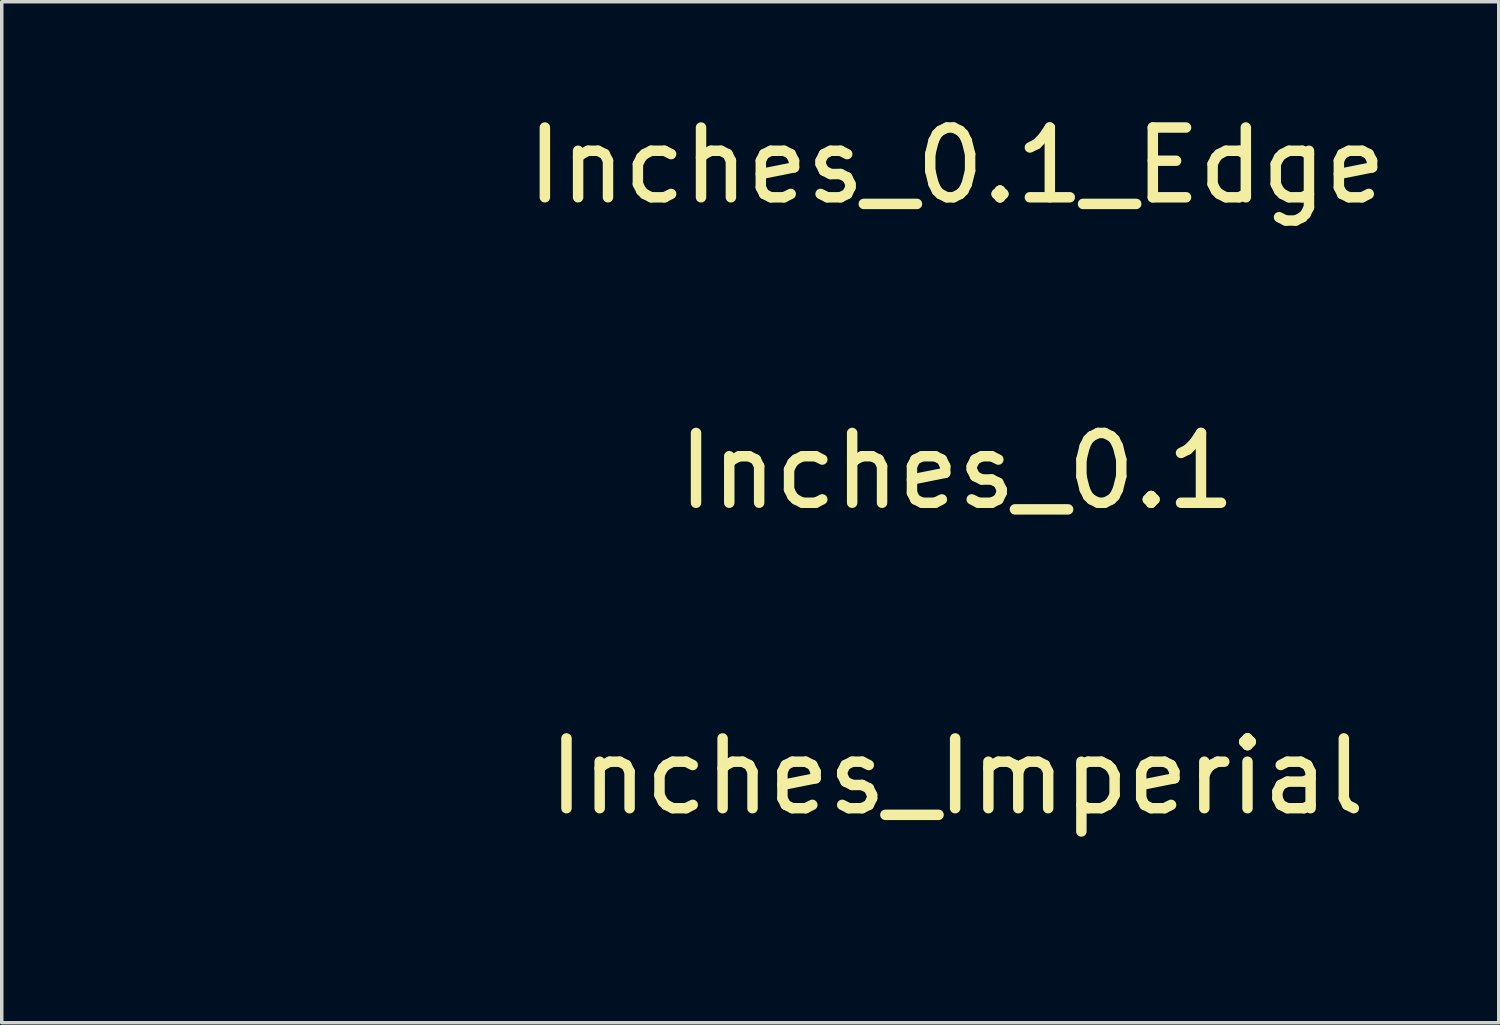
<source format=kicad_pcb>
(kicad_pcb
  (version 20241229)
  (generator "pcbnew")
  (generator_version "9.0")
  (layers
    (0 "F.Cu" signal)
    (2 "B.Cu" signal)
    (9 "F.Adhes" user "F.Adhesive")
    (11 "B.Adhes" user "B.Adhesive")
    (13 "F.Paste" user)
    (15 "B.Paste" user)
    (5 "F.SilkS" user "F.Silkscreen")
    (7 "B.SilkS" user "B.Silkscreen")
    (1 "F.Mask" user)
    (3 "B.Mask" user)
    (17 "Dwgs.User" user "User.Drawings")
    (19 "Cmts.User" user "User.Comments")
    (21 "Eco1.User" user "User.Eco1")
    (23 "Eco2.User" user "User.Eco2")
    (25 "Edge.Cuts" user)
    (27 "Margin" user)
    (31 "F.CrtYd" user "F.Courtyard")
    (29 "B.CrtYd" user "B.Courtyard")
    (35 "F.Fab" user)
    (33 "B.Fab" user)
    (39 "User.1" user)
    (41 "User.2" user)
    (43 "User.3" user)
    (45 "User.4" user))
  (footprint "Inches_0.1_Edge"
    (layer "F.Cu")
    (at 0.25 5.506)
    (property "Reference" "Inches_0.1_Edge" (at 24.13 -3.81 0) (layer "F.SilkS") (effects (font (size 2 2) (thickness 0.3))))
    (attr through_hole)
    (fp_poly (pts (xy 1.168 0) (xy 1.372 0) (xy 1.372 -1.27) (xy 1.168 -1.27)) (stroke (width 0) (type solid)) (fill yes) (layer "F.Mask"))
    (fp_poly (pts (xy 2.438 0) (xy 2.642 0) (xy 2.642 -2.54) (xy 2.438 -2.54)) (stroke (width 0) (type solid)) (fill yes) (layer "F.Mask"))
    (fp_poly (pts (xy 3.708 0) (xy 3.912 0) (xy 3.912 -1.27) (xy 3.708 -1.27)) (stroke (width 0) (type solid)) (fill yes) (layer "F.Mask"))
    (fp_poly (pts (xy 4.978 0) (xy 5.182 0) (xy 5.182 -2.54) (xy 4.978 -2.54)) (stroke (width 0) (type solid)) (fill yes) (layer "F.Mask"))
    (fp_poly (pts (xy 6.248 0) (xy 6.452 0) (xy 6.452 -1.27) (xy 6.248 -1.27)) (stroke (width 0) (type solid)) (fill yes) (layer "F.Mask"))
    (fp_poly (pts (xy 7.518 0) (xy 7.722 0) (xy 7.722 -2.54) (xy 7.518 -2.54)) (stroke (width 0) (type solid)) (fill yes) (layer "F.Mask"))
    (fp_poly (pts (xy 8.788 0) (xy 8.992 0) (xy 8.992 -1.27) (xy 8.788 -1.27)) (stroke (width 0) (type solid)) (fill yes) (layer "F.Mask"))
    (fp_poly (pts (xy 10.058 0) (xy 10.262 0) (xy 10.262 -2.54) (xy 10.058 -2.54)) (stroke (width 0) (type solid)) (fill yes) (layer "F.Mask"))
    (fp_poly (pts (xy 11.328 0) (xy 11.532 0) (xy 11.532 -1.27) (xy 11.328 -1.27)) (stroke (width 0) (type solid)) (fill yes) (layer "F.Mask"))
    (fp_poly (pts (xy 12.598 0) (xy 12.802 0) (xy 12.802 -2.54) (xy 12.598 -2.54)) (stroke (width 0) (type solid)) (fill yes) (layer "F.Mask"))
    (fp_poly (pts (xy 13.868 0) (xy 14.072 0) (xy 14.072 -1.27) (xy 13.868 -1.27)) (stroke (width 0) (type solid)) (fill yes) (layer "F.Mask"))
    (fp_poly (pts (xy 15.138 0) (xy 15.342 0) (xy 15.342 -2.54) (xy 15.138 -2.54)) (stroke (width 0) (type solid)) (fill yes) (layer "F.Mask"))
    (fp_poly (pts (xy 16.408 0) (xy 16.612 0) (xy 16.612 -1.27) (xy 16.408 -1.27)) (stroke (width 0) (type solid)) (fill yes) (layer "F.Mask"))
    (fp_poly (pts (xy 17.678 0) (xy 17.882 0) (xy 17.882 -2.54) (xy 17.678 -2.54)) (stroke (width 0) (type solid)) (fill yes) (layer "F.Mask"))
    (fp_poly (pts (xy 18.948 0) (xy 19.152 0) (xy 19.152 -1.27) (xy 18.948 -1.27)) (stroke (width 0) (type solid)) (fill yes) (layer "F.Mask"))
    (fp_poly (pts (xy 20.218 0) (xy 20.422 0) (xy 20.422 -2.54) (xy 20.218 -2.54)) (stroke (width 0) (type solid)) (fill yes) (layer "F.Mask"))
    (fp_poly (pts (xy 21.488 0) (xy 21.692 0) (xy 21.692 -1.27) (xy 21.488 -1.27)) (stroke (width 0) (type solid)) (fill yes) (layer "F.Mask"))
    (fp_poly (pts (xy 22.758 0) (xy 22.962 0) (xy 22.962 -2.54) (xy 22.758 -2.54)) (stroke (width 0) (type solid)) (fill yes) (layer "F.Mask"))
    (fp_poly (pts (xy 24.028 0) (xy 24.232 0) (xy 24.232 -1.27) (xy 24.028 -1.27)) (stroke (width 0) (type solid)) (fill yes) (layer "F.Mask")))
  (footprint "Inches_0.1"
    (layer "F.Cu")
    (at 0.25 14.263)
    (property "Reference" "Inches_0.1" (at 24.13 -3.81 0) (layer "F.SilkS") (effects (font (size 2 2) (thickness 0.3))))
    (attr through_hole)
    (fp_poly (pts (xy -0.152 0) (xy 0.152 0) (xy 0.152 -3.81) (xy -0.152 -3.81)) (stroke (width 0) (type solid)) (fill yes) (layer "F.Mask"))
    (fp_poly (pts (xy 1.168 0) (xy 1.372 0) (xy 1.372 -1.27) (xy 1.168 -1.27)) (stroke (width 0) (type solid)) (fill yes) (layer "F.Mask"))
    (fp_poly (pts (xy 2.438 0) (xy 2.642 0) (xy 2.642 -2.54) (xy 2.438 -2.54)) (stroke (width 0) (type solid)) (fill yes) (layer "F.Mask"))
    (fp_poly (pts (xy 3.708 0) (xy 3.912 0) (xy 3.912 -1.27) (xy 3.708 -1.27)) (stroke (width 0) (type solid)) (fill yes) (layer "F.Mask"))
    (fp_poly (pts (xy 4.978 0) (xy 5.182 0) (xy 5.182 -2.54) (xy 4.978 -2.54)) (stroke (width 0) (type solid)) (fill yes) (layer "F.Mask"))
    (fp_poly (pts (xy 6.248 0) (xy 6.452 0) (xy 6.452 -1.27) (xy 6.248 -1.27)) (stroke (width 0) (type solid)) (fill yes) (layer "F.Mask"))
    (fp_poly (pts (xy 7.518 0) (xy 7.722 0) (xy 7.722 -2.54) (xy 7.518 -2.54)) (stroke (width 0) (type solid)) (fill yes) (layer "F.Mask"))
    (fp_poly (pts (xy 8.788 0) (xy 8.992 0) (xy 8.992 -1.27) (xy 8.788 -1.27)) (stroke (width 0) (type solid)) (fill yes) (layer "F.Mask"))
    (fp_poly (pts (xy 10.058 0) (xy 10.262 0) (xy 10.262 -2.54) (xy 10.058 -2.54)) (stroke (width 0) (type solid)) (fill yes) (layer "F.Mask"))
    (fp_poly (pts (xy 11.328 0) (xy 11.532 0) (xy 11.532 -1.27) (xy 11.328 -1.27)) (stroke (width 0) (type solid)) (fill yes) (layer "F.Mask"))
    (fp_poly (pts (xy 12.598 0) (xy 12.802 0) (xy 12.802 -2.54) (xy 12.598 -2.54)) (stroke (width 0) (type solid)) (fill yes) (layer "F.Mask"))
    (fp_poly (pts (xy 13.868 0) (xy 14.072 0) (xy 14.072 -1.27) (xy 13.868 -1.27)) (stroke (width 0) (type solid)) (fill yes) (layer "F.Mask"))
    (fp_poly (pts (xy 15.138 0) (xy 15.342 0) (xy 15.342 -2.54) (xy 15.138 -2.54)) (stroke (width 0) (type solid)) (fill yes) (layer "F.Mask"))
    (fp_poly (pts (xy 16.408 0) (xy 16.612 0) (xy 16.612 -1.27) (xy 16.408 -1.27)) (stroke (width 0) (type solid)) (fill yes) (layer "F.Mask"))
    (fp_poly (pts (xy 17.678 0) (xy 17.882 0) (xy 17.882 -2.54) (xy 17.678 -2.54)) (stroke (width 0) (type solid)) (fill yes) (layer "F.Mask"))
    (fp_poly (pts (xy 18.948 0) (xy 19.152 0) (xy 19.152 -1.27) (xy 18.948 -1.27)) (stroke (width 0) (type solid)) (fill yes) (layer "F.Mask"))
    (fp_poly (pts (xy 20.218 0) (xy 20.422 0) (xy 20.422 -2.54) (xy 20.218 -2.54)) (stroke (width 0) (type solid)) (fill yes) (layer "F.Mask"))
    (fp_poly (pts (xy 21.488 0) (xy 21.692 0) (xy 21.692 -1.27) (xy 21.488 -1.27)) (stroke (width 0) (type solid)) (fill yes) (layer "F.Mask"))
    (fp_poly (pts (xy 22.758 0) (xy 22.962 0) (xy 22.962 -2.54) (xy 22.758 -2.54)) (stroke (width 0) (type solid)) (fill yes) (layer "F.Mask"))
    (fp_poly (pts (xy 24.028 0) (xy 24.232 0) (xy 24.232 -1.27) (xy 24.028 -1.27)) (stroke (width 0) (type solid)) (fill yes) (layer "F.Mask"))
    (fp_poly (pts (xy 25.248 0) (xy 25.552 0) (xy 25.552 -3.81) (xy 25.248 -3.81)) (stroke (width 0) (type solid)) (fill yes) (layer "F.Mask")))
  (footprint "Inches_Imperial"
    (layer "F.Cu")
    (at 0.25 23.02)
    (property "Reference" "Inches_Imperial" (at 24.13 -3.81 0) (layer "F.SilkS") (effects (font (size 2 2) (thickness 0.3))))
    (attr through_hole)
    (fp_poly (pts (xy -0.152 0) (xy 0.152 0) (xy 0.152 -3.81) (xy -0.152 -3.81)) (stroke (width 0) (type solid)) (fill yes) (layer "F.Mask"))
    (fp_poly (pts (xy 0.692 0) (xy 0.895 0) (xy 0.895 -0.794) (xy 0.692 -0.794)) (stroke (width 0) (type solid)) (fill yes) (layer "F.Mask"))
    (fp_poly (pts (xy 1.486 0) (xy 1.689 0) (xy 1.689 -1.587) (xy 1.486 -1.587)) (stroke (width 0) (type solid)) (fill yes) (layer "F.Mask"))
    (fp_poly (pts (xy 2.28 0) (xy 2.483 0) (xy 2.483 -0.794) (xy 2.28 -0.794)) (stroke (width 0) (type solid)) (fill yes) (layer "F.Mask"))
    (fp_poly (pts (xy 3.073 0) (xy 3.277 0) (xy 3.277 -2.54) (xy 3.073 -2.54)) (stroke (width 0) (type solid)) (fill yes) (layer "F.Mask"))
    (fp_poly (pts (xy 3.867 0) (xy 4.07 0) (xy 4.07 -0.794) (xy 3.867 -0.794)) (stroke (width 0) (type solid)) (fill yes) (layer "F.Mask"))
    (fp_poly (pts (xy 4.661 0) (xy 4.864 0) (xy 4.864 -1.587) (xy 4.661 -1.587)) (stroke (width 0) (type solid)) (fill yes) (layer "F.Mask"))
    (fp_poly (pts (xy 5.455 0) (xy 5.658 0) (xy 5.658 -0.794) (xy 5.455 -0.794)) (stroke (width 0) (type solid)) (fill yes) (layer "F.Mask"))
    (fp_poly (pts (xy 6.248 0) (xy 6.452 0) (xy 6.452 -2.54) (xy 6.248 -2.54)) (stroke (width 0) (type solid)) (fill yes) (layer "F.Mask"))
    (fp_poly (pts (xy 7.042 0) (xy 7.245 0) (xy 7.245 -0.794) (xy 7.042 -0.794)) (stroke (width 0) (type solid)) (fill yes) (layer "F.Mask"))
    (fp_poly (pts (xy 7.836 0) (xy 8.039 0) (xy 8.039 -1.587) (xy 7.836 -1.587)) (stroke (width 0) (type solid)) (fill yes) (layer "F.Mask"))
    (fp_poly (pts (xy 8.63 0) (xy 8.833 0) (xy 8.833 -0.794) (xy 8.63 -0.794)) (stroke (width 0) (type solid)) (fill yes) (layer "F.Mask"))
    (fp_poly (pts (xy 9.423 0) (xy 9.627 0) (xy 9.627 -2.54) (xy 9.423 -2.54)) (stroke (width 0) (type solid)) (fill yes) (layer "F.Mask"))
    (fp_poly (pts (xy 10.217 0) (xy 10.42 0) (xy 10.42 -0.794) (xy 10.217 -0.794)) (stroke (width 0) (type solid)) (fill yes) (layer "F.Mask"))
    (fp_poly (pts (xy 11.011 0) (xy 11.214 0) (xy 11.214 -1.587) (xy 11.011 -1.587)) (stroke (width 0) (type solid)) (fill yes) (layer "F.Mask"))
    (fp_poly (pts (xy 11.805 0) (xy 12.008 0) (xy 12.008 -0.794) (xy 11.805 -0.794)) (stroke (width 0) (type solid)) (fill yes) (layer "F.Mask"))
    (fp_poly (pts (xy 12.598 0) (xy 12.802 0) (xy 12.802 -2.54) (xy 12.598 -2.54)) (stroke (width 0) (type solid)) (fill yes) (layer "F.Mask"))
    (fp_poly (pts (xy 13.392 0) (xy 13.595 0) (xy 13.595 -0.794) (xy 13.392 -0.794)) (stroke (width 0) (type solid)) (fill yes) (layer "F.Mask"))
    (fp_poly (pts (xy 14.186 0) (xy 14.389 0) (xy 14.389 -1.587) (xy 14.186 -1.587)) (stroke (width 0) (type solid)) (fill yes) (layer "F.Mask"))
    (fp_poly (pts (xy 14.98 0) (xy 15.183 0) (xy 15.183 -0.794) (xy 14.98 -0.794)) (stroke (width 0) (type solid)) (fill yes) (layer "F.Mask"))
    (fp_poly (pts (xy 15.773 0) (xy 15.977 0) (xy 15.977 -2.54) (xy 15.773 -2.54)) (stroke (width 0) (type solid)) (fill yes) (layer "F.Mask"))
    (fp_poly (pts (xy 16.567 0) (xy 16.77 0) (xy 16.77 -0.794) (xy 16.567 -0.794)) (stroke (width 0) (type solid)) (fill yes) (layer "F.Mask"))
    (fp_poly (pts (xy 17.361 0) (xy 17.564 0) (xy 17.564 -1.587) (xy 17.361 -1.587)) (stroke (width 0) (type solid)) (fill yes) (layer "F.Mask"))
    (fp_poly (pts (xy 18.155 0) (xy 18.358 0) (xy 18.358 -0.794) (xy 18.155 -0.794)) (stroke (width 0) (type solid)) (fill yes) (layer "F.Mask"))
    (fp_poly (pts (xy 18.948 0) (xy 19.152 0) (xy 19.152 -2.54) (xy 18.948 -2.54)) (stroke (width 0) (type solid)) (fill yes) (layer "F.Mask"))
    (fp_poly (pts (xy 19.742 0) (xy 19.945 0) (xy 19.945 -0.794) (xy 19.742 -0.794)) (stroke (width 0) (type solid)) (fill yes) (layer "F.Mask"))
    (fp_poly (pts (xy 20.536 0) (xy 20.739 0) (xy 20.739 -1.587) (xy 20.536 -1.587)) (stroke (width 0) (type solid)) (fill yes) (layer "F.Mask"))
    (fp_poly (pts (xy 21.33 0) (xy 21.533 0) (xy 21.533 -0.794) (xy 21.33 -0.794)) (stroke (width 0) (type solid)) (fill yes) (layer "F.Mask"))
    (fp_poly (pts (xy 22.123 0) (xy 22.327 0) (xy 22.327 -2.54) (xy 22.123 -2.54)) (stroke (width 0) (type solid)) (fill yes) (layer "F.Mask"))
    (fp_poly (pts (xy 22.917 0) (xy 23.12 0) (xy 23.12 -0.794) (xy 22.917 -0.794)) (stroke (width 0) (type solid)) (fill yes) (layer "F.Mask"))
    (fp_poly (pts (xy 23.711 0) (xy 23.914 0) (xy 23.914 -1.587) (xy 23.711 -1.587)) (stroke (width 0) (type solid)) (fill yes) (layer "F.Mask"))
    (fp_poly (pts (xy 24.505 0) (xy 24.708 0) (xy 24.708 -0.794) (xy 24.505 -0.794)) (stroke (width 0) (type solid)) (fill yes) (layer "F.Mask"))
    (fp_poly (pts (xy 25.248 0) (xy 25.552 0) (xy 25.552 -3.81) (xy 25.248 -3.81)) (stroke (width 0) (type solid)) (fill yes) (layer "F.Mask")))
  (gr_rect
    (start -3 -3)
    (end 39.916 26.27)
    (stroke (width 0.1) (type default))
    (fill no)
    (layer "Edge.Cuts")))
</source>
